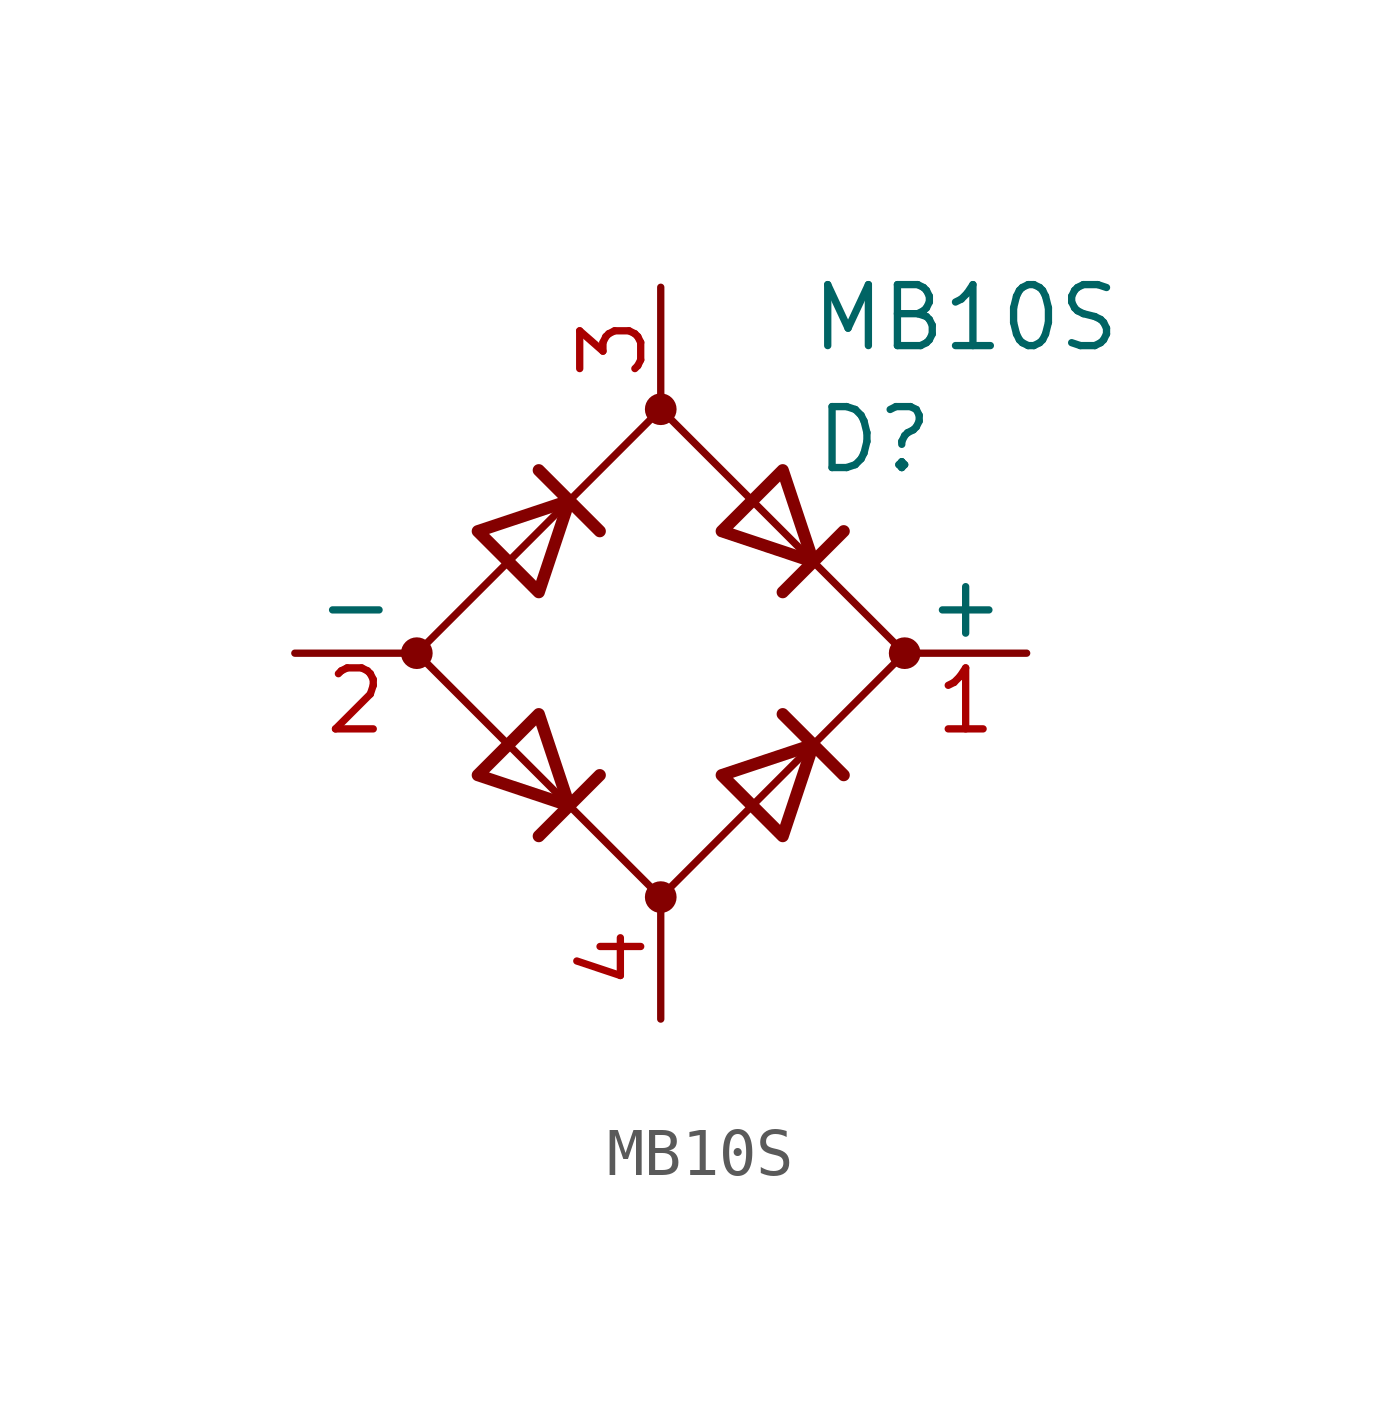
<source format=kicad_sym>
(kicad_symbol_lib
  (version 20220914)
  (generator kicad_symbol_editor)
  (symbol "MB10S"
    (pin_names
      (offset 0))
    (property "Reference" "D"
      (at 4.445 4.445 0)
      (effects (font (size 1.27 1.27))))
    (property "Value" "MB10S"
      (at 6.35 6.985 0)
      (effects (font (size 1.27 1.27))))
    (symbol "MB10S_0_1"
      (circle (center -5.08 0) (radius 0.254) (stroke (width 0) (type default)) (fill (type outline)))
      (circle (center 0 -5.08) (radius 0.254) (stroke (width 0) (type default)) (fill (type outline)))
      (polyline (pts (xy -2.54 3.81) (xy -1.27 2.54)) (stroke (width 0.254) (type default)) (fill (type none)))
      (polyline (pts (xy -1.27 -2.54) (xy -2.54 -3.81)) (stroke (width 0.254) (type default)) (fill (type none)))
      (polyline (pts (xy 2.54 -1.27) (xy 3.81 -2.54)) (stroke (width 0.254) (type default)) (fill (type none)))
      (polyline (pts (xy 2.54 1.27) (xy 3.81 2.54)) (stroke (width 0.254) (type default)) (fill (type none)))
      (polyline (pts (xy -3.81 2.54) (xy -2.54 1.27) (xy -1.905 3.175) (xy -3.81 2.54)) (stroke (width 0.254) (type default)) (fill (type none)))
      (polyline (pts (xy -2.54 -1.27) (xy -3.81 -2.54) (xy -1.905 -3.175) (xy -2.54 -1.27)) (stroke (width 0.254) (type default)) (fill (type none)))
      (polyline (pts (xy 1.27 2.54) (xy 2.54 3.81) (xy 3.175 1.905) (xy 1.27 2.54)) (stroke (width 0.254) (type default)) (fill (type none)))
      (polyline (pts (xy 3.175 -1.905) (xy 1.27 -2.54) (xy 2.54 -3.81) (xy 3.175 -1.905)) (stroke (width 0.254) (type default)) (fill (type none)))
      (polyline (pts (xy -5.08 0) (xy 0 -5.08) (xy 5.08 0) (xy 0 5.08) (xy -5.08 0)) (stroke (width 0) (type default)) (fill (type none)))
      (circle (center 0 5.08) (radius 0.254) (stroke (width 0) (type default)) (fill (type outline)))
      (circle (center 5.08 0) (radius 0.254) (stroke (width 0) (type default)) (fill (type outline))))
    (symbol "MB10S_1_1"
      (pin passive line (at 7.62 0 180) (length 2.54) (name "+" (effects (font (size 1.27 1.27)))) (number "1" (effects (font (size 1.27 1.27)))))
      (pin passive line (at -7.62 0 0) (length 2.54) (name "-" (effects (font (size 1.27 1.27)))) (number "2" (effects (font (size 1.27 1.27)))))
      (pin passive line (at 0 7.62 270) (length 2.54) (name "~" (effects (font (size 1.27 1.27)))) (number "3" (effects (font (size 1.27 1.27)))))
      (pin passive line (at 0 -7.62 90) (length 2.54) (name "~" (effects (font (size 1.27 1.27)))) (number "4" (effects (font (size 1.27 1.27))))))))
</source>
